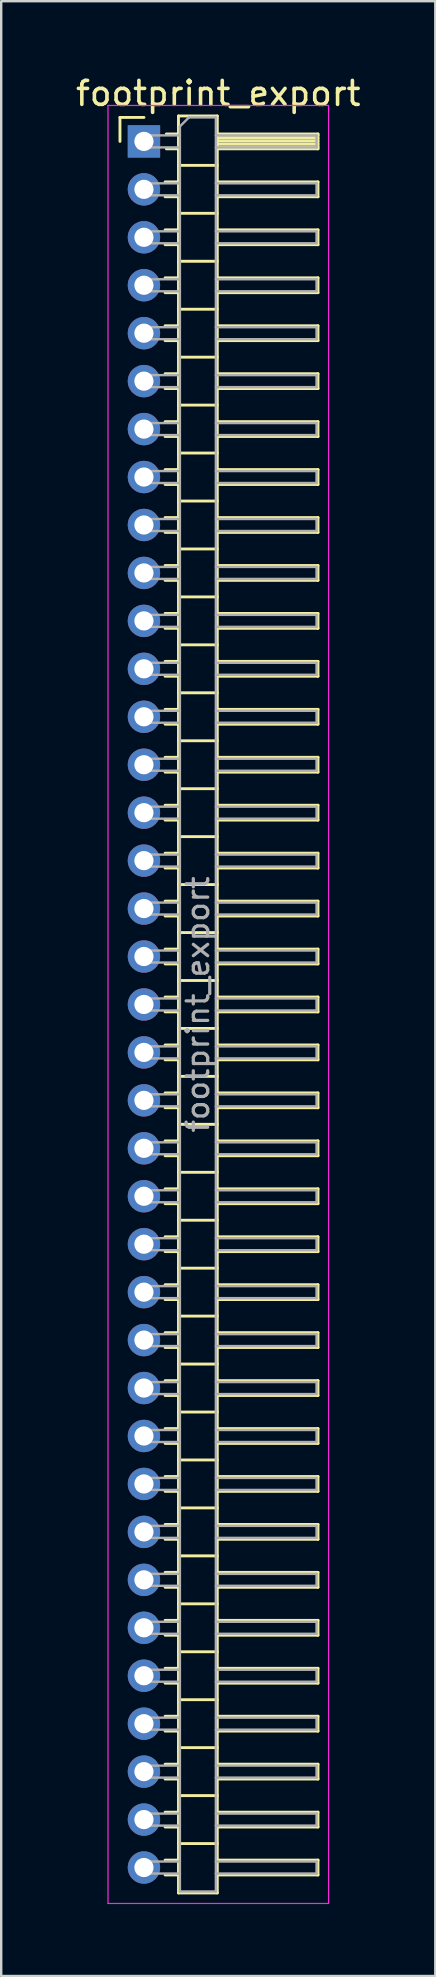
<source format=kicad_pcb>
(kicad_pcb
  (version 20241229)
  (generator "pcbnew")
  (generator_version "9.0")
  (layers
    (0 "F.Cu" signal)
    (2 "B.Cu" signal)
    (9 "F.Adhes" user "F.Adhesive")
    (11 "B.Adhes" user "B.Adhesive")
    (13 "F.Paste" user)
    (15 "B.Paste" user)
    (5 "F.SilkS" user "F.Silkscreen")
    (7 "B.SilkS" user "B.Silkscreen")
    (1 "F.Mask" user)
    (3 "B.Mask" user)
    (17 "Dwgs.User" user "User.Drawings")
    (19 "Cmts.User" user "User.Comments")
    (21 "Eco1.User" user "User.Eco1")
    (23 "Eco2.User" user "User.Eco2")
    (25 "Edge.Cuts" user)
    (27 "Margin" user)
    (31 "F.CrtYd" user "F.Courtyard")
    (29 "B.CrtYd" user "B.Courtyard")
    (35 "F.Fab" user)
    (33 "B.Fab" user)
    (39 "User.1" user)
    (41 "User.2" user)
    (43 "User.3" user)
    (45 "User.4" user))
  (footprint "footprint_export"
    (layer "F.Cu")
    (at 2.954 2.848)
    (property "Reference" "footprint_export" (at 3.1 -2 0) (layer "F.SilkS") (effects (font (size 1 1) (thickness 0.15))))
    (attr through_hole)
    (fp_line (start -1 -1) (end 0 -1) (stroke (width 0.12) (type solid)) (layer "F.SilkS"))
    (fp_line (start -1 0) (end -1 -1) (stroke (width 0.12) (type solid)) (layer "F.SilkS"))
    (fp_line (start 0.882 1.69) (end 1.44 1.69) (stroke (width 0.12) (type solid)) (layer "F.SilkS"))
    (fp_line (start 0.882 2.31) (end 1.44 2.31) (stroke (width 0.12) (type solid)) (layer "F.SilkS"))
    (fp_line (start 0.882 3.69) (end 1.44 3.69) (stroke (width 0.12) (type solid)) (layer "F.SilkS"))
    (fp_line (start 0.882 4.31) (end 1.44 4.31) (stroke (width 0.12) (type solid)) (layer "F.SilkS"))
    (fp_line (start 0.882 5.69) (end 1.44 5.69) (stroke (width 0.12) (type solid)) (layer "F.SilkS"))
    (fp_line (start 0.882 6.31) (end 1.44 6.31) (stroke (width 0.12) (type solid)) (layer "F.SilkS"))
    (fp_line (start 0.882 7.69) (end 1.44 7.69) (stroke (width 0.12) (type solid)) (layer "F.SilkS"))
    (fp_line (start 0.882 8.31) (end 1.44 8.31) (stroke (width 0.12) (type solid)) (layer "F.SilkS"))
    (fp_line (start 0.882 9.69) (end 1.44 9.69) (stroke (width 0.12) (type solid)) (layer "F.SilkS"))
    (fp_line (start 0.882 10.31) (end 1.44 10.31) (stroke (width 0.12) (type solid)) (layer "F.SilkS"))
    (fp_line (start 0.882 11.69) (end 1.44 11.69) (stroke (width 0.12) (type solid)) (layer "F.SilkS"))
    (fp_line (start 0.882 12.31) (end 1.44 12.31) (stroke (width 0.12) (type solid)) (layer "F.SilkS"))
    (fp_line (start 0.882 13.69) (end 1.44 13.69) (stroke (width 0.12) (type solid)) (layer "F.SilkS"))
    (fp_line (start 0.882 14.31) (end 1.44 14.31) (stroke (width 0.12) (type solid)) (layer "F.SilkS"))
    (fp_line (start 0.882 15.69) (end 1.44 15.69) (stroke (width 0.12) (type solid)) (layer "F.SilkS"))
    (fp_line (start 0.882 16.31) (end 1.44 16.31) (stroke (width 0.12) (type solid)) (layer "F.SilkS"))
    (fp_line (start 0.882 17.69) (end 1.44 17.69) (stroke (width 0.12) (type solid)) (layer "F.SilkS"))
    (fp_line (start 0.882 18.31) (end 1.44 18.31) (stroke (width 0.12) (type solid)) (layer "F.SilkS"))
    (fp_line (start 0.882 19.69) (end 1.44 19.69) (stroke (width 0.12) (type solid)) (layer "F.SilkS"))
    (fp_line (start 0.882 20.31) (end 1.44 20.31) (stroke (width 0.12) (type solid)) (layer "F.SilkS"))
    (fp_line (start 0.882 21.69) (end 1.44 21.69) (stroke (width 0.12) (type solid)) (layer "F.SilkS"))
    (fp_line (start 0.882 22.31) (end 1.44 22.31) (stroke (width 0.12) (type solid)) (layer "F.SilkS"))
    (fp_line (start 0.882 23.69) (end 1.44 23.69) (stroke (width 0.12) (type solid)) (layer "F.SilkS"))
    (fp_line (start 0.882 24.31) (end 1.44 24.31) (stroke (width 0.12) (type solid)) (layer "F.SilkS"))
    (fp_line (start 0.882 25.69) (end 1.44 25.69) (stroke (width 0.12) (type solid)) (layer "F.SilkS"))
    (fp_line (start 0.882 26.31) (end 1.44 26.31) (stroke (width 0.12) (type solid)) (layer "F.SilkS"))
    (fp_line (start 0.882 27.69) (end 1.44 27.69) (stroke (width 0.12) (type solid)) (layer "F.SilkS"))
    (fp_line (start 0.882 28.31) (end 1.44 28.31) (stroke (width 0.12) (type solid)) (layer "F.SilkS"))
    (fp_line (start 0.882 29.69) (end 1.44 29.69) (stroke (width 0.12) (type solid)) (layer "F.SilkS"))
    (fp_line (start 0.882 30.31) (end 1.44 30.31) (stroke (width 0.12) (type solid)) (layer "F.SilkS"))
    (fp_line (start 0.882 31.69) (end 1.44 31.69) (stroke (width 0.12) (type solid)) (layer "F.SilkS"))
    (fp_line (start 0.882 32.31) (end 1.44 32.31) (stroke (width 0.12) (type solid)) (layer "F.SilkS"))
    (fp_line (start 0.882 33.69) (end 1.44 33.69) (stroke (width 0.12) (type solid)) (layer "F.SilkS"))
    (fp_line (start 0.882 34.31) (end 1.44 34.31) (stroke (width 0.12) (type solid)) (layer "F.SilkS"))
    (fp_line (start 0.882 35.69) (end 1.44 35.69) (stroke (width 0.12) (type solid)) (layer "F.SilkS"))
    (fp_line (start 0.882 36.31) (end 1.44 36.31) (stroke (width 0.12) (type solid)) (layer "F.SilkS"))
    (fp_line (start 0.882 37.69) (end 1.44 37.69) (stroke (width 0.12) (type solid)) (layer "F.SilkS"))
    (fp_line (start 0.882 38.31) (end 1.44 38.31) (stroke (width 0.12) (type solid)) (layer "F.SilkS"))
    (fp_line (start 0.882 39.69) (end 1.44 39.69) (stroke (width 0.12) (type solid)) (layer "F.SilkS"))
    (fp_line (start 0.882 40.31) (end 1.44 40.31) (stroke (width 0.12) (type solid)) (layer "F.SilkS"))
    (fp_line (start 0.882 41.69) (end 1.44 41.69) (stroke (width 0.12) (type solid)) (layer "F.SilkS"))
    (fp_line (start 0.882 42.31) (end 1.44 42.31) (stroke (width 0.12) (type solid)) (layer "F.SilkS"))
    (fp_line (start 0.882 43.69) (end 1.44 43.69) (stroke (width 0.12) (type solid)) (layer "F.SilkS"))
    (fp_line (start 0.882 44.31) (end 1.44 44.31) (stroke (width 0.12) (type solid)) (layer "F.SilkS"))
    (fp_line (start 0.882 45.69) (end 1.44 45.69) (stroke (width 0.12) (type solid)) (layer "F.SilkS"))
    (fp_line (start 0.882 46.31) (end 1.44 46.31) (stroke (width 0.12) (type solid)) (layer "F.SilkS"))
    (fp_line (start 0.882 47.69) (end 1.44 47.69) (stroke (width 0.12) (type solid)) (layer "F.SilkS"))
    (fp_line (start 0.882 48.31) (end 1.44 48.31) (stroke (width 0.12) (type solid)) (layer "F.SilkS"))
    (fp_line (start 0.882 49.69) (end 1.44 49.69) (stroke (width 0.12) (type solid)) (layer "F.SilkS"))
    (fp_line (start 0.882 50.31) (end 1.44 50.31) (stroke (width 0.12) (type solid)) (layer "F.SilkS"))
    (fp_line (start 0.882 51.69) (end 1.44 51.69) (stroke (width 0.12) (type solid)) (layer "F.SilkS"))
    (fp_line (start 0.882 52.31) (end 1.44 52.31) (stroke (width 0.12) (type solid)) (layer "F.SilkS"))
    (fp_line (start 0.882 53.69) (end 1.44 53.69) (stroke (width 0.12) (type solid)) (layer "F.SilkS"))
    (fp_line (start 0.882 54.31) (end 1.44 54.31) (stroke (width 0.12) (type solid)) (layer "F.SilkS"))
    (fp_line (start 0.882 55.69) (end 1.44 55.69) (stroke (width 0.12) (type solid)) (layer "F.SilkS"))
    (fp_line (start 0.882 56.31) (end 1.44 56.31) (stroke (width 0.12) (type solid)) (layer "F.SilkS"))
    (fp_line (start 0.882 57.69) (end 1.44 57.69) (stroke (width 0.12) (type solid)) (layer "F.SilkS"))
    (fp_line (start 0.882 58.31) (end 1.44 58.31) (stroke (width 0.12) (type solid)) (layer "F.SilkS"))
    (fp_line (start 0.882 59.69) (end 1.44 59.69) (stroke (width 0.12) (type solid)) (layer "F.SilkS"))
    (fp_line (start 0.882 60.31) (end 1.44 60.31) (stroke (width 0.12) (type solid)) (layer "F.SilkS"))
    (fp_line (start 0.882 61.69) (end 1.44 61.69) (stroke (width 0.12) (type solid)) (layer "F.SilkS"))
    (fp_line (start 0.882 62.31) (end 1.44 62.31) (stroke (width 0.12) (type solid)) (layer "F.SilkS"))
    (fp_line (start 0.882 63.69) (end 1.44 63.69) (stroke (width 0.12) (type solid)) (layer "F.SilkS"))
    (fp_line (start 0.882 64.31) (end 1.44 64.31) (stroke (width 0.12) (type solid)) (layer "F.SilkS"))
    (fp_line (start 0.882 65.69) (end 1.44 65.69) (stroke (width 0.12) (type solid)) (layer "F.SilkS"))
    (fp_line (start 0.882 66.31) (end 1.44 66.31) (stroke (width 0.12) (type solid)) (layer "F.SilkS"))
    (fp_line (start 0.882 67.69) (end 1.44 67.69) (stroke (width 0.12) (type solid)) (layer "F.SilkS"))
    (fp_line (start 0.882 68.31) (end 1.44 68.31) (stroke (width 0.12) (type solid)) (layer "F.SilkS"))
    (fp_line (start 0.882 69.69) (end 1.44 69.69) (stroke (width 0.12) (type solid)) (layer "F.SilkS"))
    (fp_line (start 0.882 70.31) (end 1.44 70.31) (stroke (width 0.12) (type solid)) (layer "F.SilkS"))
    (fp_line (start 0.882 71.69) (end 1.44 71.69) (stroke (width 0.12) (type solid)) (layer "F.SilkS"))
    (fp_line (start 0.882 72.31) (end 1.44 72.31) (stroke (width 0.12) (type solid)) (layer "F.SilkS"))
    (fp_line (start 0.935 -0.31) (end 1.44 -0.31) (stroke (width 0.12) (type solid)) (layer "F.SilkS"))
    (fp_line (start 0.935 0.31) (end 1.44 0.31) (stroke (width 0.12) (type solid)) (layer "F.SilkS"))
    (fp_line (start 1.44 -1.06) (end 1.44 73.06) (stroke (width 0.12) (type solid)) (layer "F.SilkS"))
    (fp_line (start 1.44 1) (end 3.06 1) (stroke (width 0.12) (type solid)) (layer "F.SilkS"))
    (fp_line (start 1.44 3) (end 3.06 3) (stroke (width 0.12) (type solid)) (layer "F.SilkS"))
    (fp_line (start 1.44 5) (end 3.06 5) (stroke (width 0.12) (type solid)) (layer "F.SilkS"))
    (fp_line (start 1.44 7) (end 3.06 7) (stroke (width 0.12) (type solid)) (layer "F.SilkS"))
    (fp_line (start 1.44 9) (end 3.06 9) (stroke (width 0.12) (type solid)) (layer "F.SilkS"))
    (fp_line (start 1.44 11) (end 3.06 11) (stroke (width 0.12) (type solid)) (layer "F.SilkS"))
    (fp_line (start 1.44 13) (end 3.06 13) (stroke (width 0.12) (type solid)) (layer "F.SilkS"))
    (fp_line (start 1.44 15) (end 3.06 15) (stroke (width 0.12) (type solid)) (layer "F.SilkS"))
    (fp_line (start 1.44 17) (end 3.06 17) (stroke (width 0.12) (type solid)) (layer "F.SilkS"))
    (fp_line (start 1.44 19) (end 3.06 19) (stroke (width 0.12) (type solid)) (layer "F.SilkS"))
    (fp_line (start 1.44 21) (end 3.06 21) (stroke (width 0.12) (type solid)) (layer "F.SilkS"))
    (fp_line (start 1.44 23) (end 3.06 23) (stroke (width 0.12) (type solid)) (layer "F.SilkS"))
    (fp_line (start 1.44 25) (end 3.06 25) (stroke (width 0.12) (type solid)) (layer "F.SilkS"))
    (fp_line (start 1.44 27) (end 3.06 27) (stroke (width 0.12) (type solid)) (layer "F.SilkS"))
    (fp_line (start 1.44 29) (end 3.06 29) (stroke (width 0.12) (type solid)) (layer "F.SilkS"))
    (fp_line (start 1.44 31) (end 3.06 31) (stroke (width 0.12) (type solid)) (layer "F.SilkS"))
    (fp_line (start 1.44 33) (end 3.06 33) (stroke (width 0.12) (type solid)) (layer "F.SilkS"))
    (fp_line (start 1.44 35) (end 3.06 35) (stroke (width 0.12) (type solid)) (layer "F.SilkS"))
    (fp_line (start 1.44 37) (end 3.06 37) (stroke (width 0.12) (type solid)) (layer "F.SilkS"))
    (fp_line (start 1.44 39) (end 3.06 39) (stroke (width 0.12) (type solid)) (layer "F.SilkS"))
    (fp_line (start 1.44 41) (end 3.06 41) (stroke (width 0.12) (type solid)) (layer "F.SilkS"))
    (fp_line (start 1.44 43) (end 3.06 43) (stroke (width 0.12) (type solid)) (layer "F.SilkS"))
    (fp_line (start 1.44 45) (end 3.06 45) (stroke (width 0.12) (type solid)) (layer "F.SilkS"))
    (fp_line (start 1.44 47) (end 3.06 47) (stroke (width 0.12) (type solid)) (layer "F.SilkS"))
    (fp_line (start 1.44 49) (end 3.06 49) (stroke (width 0.12) (type solid)) (layer "F.SilkS"))
    (fp_line (start 1.44 51) (end 3.06 51) (stroke (width 0.12) (type solid)) (layer "F.SilkS"))
    (fp_line (start 1.44 53) (end 3.06 53) (stroke (width 0.12) (type solid)) (layer "F.SilkS"))
    (fp_line (start 1.44 55) (end 3.06 55) (stroke (width 0.12) (type solid)) (layer "F.SilkS"))
    (fp_line (start 1.44 57) (end 3.06 57) (stroke (width 0.12) (type solid)) (layer "F.SilkS"))
    (fp_line (start 1.44 59) (end 3.06 59) (stroke (width 0.12) (type solid)) (layer "F.SilkS"))
    (fp_line (start 1.44 61) (end 3.06 61) (stroke (width 0.12) (type solid)) (layer "F.SilkS"))
    (fp_line (start 1.44 63) (end 3.06 63) (stroke (width 0.12) (type solid)) (layer "F.SilkS"))
    (fp_line (start 1.44 65) (end 3.06 65) (stroke (width 0.12) (type solid)) (layer "F.SilkS"))
    (fp_line (start 1.44 67) (end 3.06 67) (stroke (width 0.12) (type solid)) (layer "F.SilkS"))
    (fp_line (start 1.44 69) (end 3.06 69) (stroke (width 0.12) (type solid)) (layer "F.SilkS"))
    (fp_line (start 1.44 71) (end 3.06 71) (stroke (width 0.12) (type solid)) (layer "F.SilkS"))
    (fp_line (start 1.44 73.06) (end 3.06 73.06) (stroke (width 0.12) (type solid)) (layer "F.SilkS"))
    (fp_line (start 3.06 -1.06) (end 1.44 -1.06) (stroke (width 0.12) (type solid)) (layer "F.SilkS"))
    (fp_line (start 3.06 -0.31) (end 7.26 -0.31) (stroke (width 0.12) (type solid)) (layer "F.SilkS"))
    (fp_line (start 3.06 -0.25) (end 7.26 -0.25) (stroke (width 0.12) (type solid)) (layer "F.SilkS"))
    (fp_line (start 3.06 -0.13) (end 7.26 -0.13) (stroke (width 0.12) (type solid)) (layer "F.SilkS"))
    (fp_line (start 3.06 -0.01) (end 7.26 -0.01) (stroke (width 0.12) (type solid)) (layer "F.SilkS"))
    (fp_line (start 3.06 0.11) (end 7.26 0.11) (stroke (width 0.12) (type solid)) (layer "F.SilkS"))
    (fp_line (start 3.06 0.23) (end 7.26 0.23) (stroke (width 0.12) (type solid)) (layer "F.SilkS"))
    (fp_line (start 3.06 1.69) (end 7.26 1.69) (stroke (width 0.12) (type solid)) (layer "F.SilkS"))
    (fp_line (start 3.06 3.69) (end 7.26 3.69) (stroke (width 0.12) (type solid)) (layer "F.SilkS"))
    (fp_line (start 3.06 5.69) (end 7.26 5.69) (stroke (width 0.12) (type solid)) (layer "F.SilkS"))
    (fp_line (start 3.06 7.69) (end 7.26 7.69) (stroke (width 0.12) (type solid)) (layer "F.SilkS"))
    (fp_line (start 3.06 9.69) (end 7.26 9.69) (stroke (width 0.12) (type solid)) (layer "F.SilkS"))
    (fp_line (start 3.06 11.69) (end 7.26 11.69) (stroke (width 0.12) (type solid)) (layer "F.SilkS"))
    (fp_line (start 3.06 13.69) (end 7.26 13.69) (stroke (width 0.12) (type solid)) (layer "F.SilkS"))
    (fp_line (start 3.06 15.69) (end 7.26 15.69) (stroke (width 0.12) (type solid)) (layer "F.SilkS"))
    (fp_line (start 3.06 17.69) (end 7.26 17.69) (stroke (width 0.12) (type solid)) (layer "F.SilkS"))
    (fp_line (start 3.06 19.69) (end 7.26 19.69) (stroke (width 0.12) (type solid)) (layer "F.SilkS"))
    (fp_line (start 3.06 21.69) (end 7.26 21.69) (stroke (width 0.12) (type solid)) (layer "F.SilkS"))
    (fp_line (start 3.06 23.69) (end 7.26 23.69) (stroke (width 0.12) (type solid)) (layer "F.SilkS"))
    (fp_line (start 3.06 25.69) (end 7.26 25.69) (stroke (width 0.12) (type solid)) (layer "F.SilkS"))
    (fp_line (start 3.06 27.69) (end 7.26 27.69) (stroke (width 0.12) (type solid)) (layer "F.SilkS"))
    (fp_line (start 3.06 29.69) (end 7.26 29.69) (stroke (width 0.12) (type solid)) (layer "F.SilkS"))
    (fp_line (start 3.06 31.69) (end 7.26 31.69) (stroke (width 0.12) (type solid)) (layer "F.SilkS"))
    (fp_line (start 3.06 33.69) (end 7.26 33.69) (stroke (width 0.12) (type solid)) (layer "F.SilkS"))
    (fp_line (start 3.06 35.69) (end 7.26 35.69) (stroke (width 0.12) (type solid)) (layer "F.SilkS"))
    (fp_line (start 3.06 37.69) (end 7.26 37.69) (stroke (width 0.12) (type solid)) (layer "F.SilkS"))
    (fp_line (start 3.06 39.69) (end 7.26 39.69) (stroke (width 0.12) (type solid)) (layer "F.SilkS"))
    (fp_line (start 3.06 41.69) (end 7.26 41.69) (stroke (width 0.12) (type solid)) (layer "F.SilkS"))
    (fp_line (start 3.06 43.69) (end 7.26 43.69) (stroke (width 0.12) (type solid)) (layer "F.SilkS"))
    (fp_line (start 3.06 45.69) (end 7.26 45.69) (stroke (width 0.12) (type solid)) (layer "F.SilkS"))
    (fp_line (start 3.06 47.69) (end 7.26 47.69) (stroke (width 0.12) (type solid)) (layer "F.SilkS"))
    (fp_line (start 3.06 49.69) (end 7.26 49.69) (stroke (width 0.12) (type solid)) (layer "F.SilkS"))
    (fp_line (start 3.06 51.69) (end 7.26 51.69) (stroke (width 0.12) (type solid)) (layer "F.SilkS"))
    (fp_line (start 3.06 53.69) (end 7.26 53.69) (stroke (width 0.12) (type solid)) (layer "F.SilkS"))
    (fp_line (start 3.06 55.69) (end 7.26 55.69) (stroke (width 0.12) (type solid)) (layer "F.SilkS"))
    (fp_line (start 3.06 57.69) (end 7.26 57.69) (stroke (width 0.12) (type solid)) (layer "F.SilkS"))
    (fp_line (start 3.06 59.69) (end 7.26 59.69) (stroke (width 0.12) (type solid)) (layer "F.SilkS"))
    (fp_line (start 3.06 61.69) (end 7.26 61.69) (stroke (width 0.12) (type solid)) (layer "F.SilkS"))
    (fp_line (start 3.06 63.69) (end 7.26 63.69) (stroke (width 0.12) (type solid)) (layer "F.SilkS"))
    (fp_line (start 3.06 65.69) (end 7.26 65.69) (stroke (width 0.12) (type solid)) (layer "F.SilkS"))
    (fp_line (start 3.06 67.69) (end 7.26 67.69) (stroke (width 0.12) (type solid)) (layer "F.SilkS"))
    (fp_line (start 3.06 69.69) (end 7.26 69.69) (stroke (width 0.12) (type solid)) (layer "F.SilkS"))
    (fp_line (start 3.06 71.69) (end 7.26 71.69) (stroke (width 0.12) (type solid)) (layer "F.SilkS"))
    (fp_line (start 3.06 73.06) (end 3.06 -1.06) (stroke (width 0.12) (type solid)) (layer "F.SilkS"))
    (fp_line (start 7.26 -0.31) (end 7.26 0.31) (stroke (width 0.12) (type solid)) (layer "F.SilkS"))
    (fp_line (start 7.26 0.31) (end 3.06 0.31) (stroke (width 0.12) (type solid)) (layer "F.SilkS"))
    (fp_line (start 7.26 1.69) (end 7.26 2.31) (stroke (width 0.12) (type solid)) (layer "F.SilkS"))
    (fp_line (start 7.26 2.31) (end 3.06 2.31) (stroke (width 0.12) (type solid)) (layer "F.SilkS"))
    (fp_line (start 7.26 3.69) (end 7.26 4.31) (stroke (width 0.12) (type solid)) (layer "F.SilkS"))
    (fp_line (start 7.26 4.31) (end 3.06 4.31) (stroke (width 0.12) (type solid)) (layer "F.SilkS"))
    (fp_line (start 7.26 5.69) (end 7.26 6.31) (stroke (width 0.12) (type solid)) (layer "F.SilkS"))
    (fp_line (start 7.26 6.31) (end 3.06 6.31) (stroke (width 0.12) (type solid)) (layer "F.SilkS"))
    (fp_line (start 7.26 7.69) (end 7.26 8.31) (stroke (width 0.12) (type solid)) (layer "F.SilkS"))
    (fp_line (start 7.26 8.31) (end 3.06 8.31) (stroke (width 0.12) (type solid)) (layer "F.SilkS"))
    (fp_line (start 7.26 9.69) (end 7.26 10.31) (stroke (width 0.12) (type solid)) (layer "F.SilkS"))
    (fp_line (start 7.26 10.31) (end 3.06 10.31) (stroke (width 0.12) (type solid)) (layer "F.SilkS"))
    (fp_line (start 7.26 11.69) (end 7.26 12.31) (stroke (width 0.12) (type solid)) (layer "F.SilkS"))
    (fp_line (start 7.26 12.31) (end 3.06 12.31) (stroke (width 0.12) (type solid)) (layer "F.SilkS"))
    (fp_line (start 7.26 13.69) (end 7.26 14.31) (stroke (width 0.12) (type solid)) (layer "F.SilkS"))
    (fp_line (start 7.26 14.31) (end 3.06 14.31) (stroke (width 0.12) (type solid)) (layer "F.SilkS"))
    (fp_line (start 7.26 15.69) (end 7.26 16.31) (stroke (width 0.12) (type solid)) (layer "F.SilkS"))
    (fp_line (start 7.26 16.31) (end 3.06 16.31) (stroke (width 0.12) (type solid)) (layer "F.SilkS"))
    (fp_line (start 7.26 17.69) (end 7.26 18.31) (stroke (width 0.12) (type solid)) (layer "F.SilkS"))
    (fp_line (start 7.26 18.31) (end 3.06 18.31) (stroke (width 0.12) (type solid)) (layer "F.SilkS"))
    (fp_line (start 7.26 19.69) (end 7.26 20.31) (stroke (width 0.12) (type solid)) (layer "F.SilkS"))
    (fp_line (start 7.26 20.31) (end 3.06 20.31) (stroke (width 0.12) (type solid)) (layer "F.SilkS"))
    (fp_line (start 7.26 21.69) (end 7.26 22.31) (stroke (width 0.12) (type solid)) (layer "F.SilkS"))
    (fp_line (start 7.26 22.31) (end 3.06 22.31) (stroke (width 0.12) (type solid)) (layer "F.SilkS"))
    (fp_line (start 7.26 23.69) (end 7.26 24.31) (stroke (width 0.12) (type solid)) (layer "F.SilkS"))
    (fp_line (start 7.26 24.31) (end 3.06 24.31) (stroke (width 0.12) (type solid)) (layer "F.SilkS"))
    (fp_line (start 7.26 25.69) (end 7.26 26.31) (stroke (width 0.12) (type solid)) (layer "F.SilkS"))
    (fp_line (start 7.26 26.31) (end 3.06 26.31) (stroke (width 0.12) (type solid)) (layer "F.SilkS"))
    (fp_line (start 7.26 27.69) (end 7.26 28.31) (stroke (width 0.12) (type solid)) (layer "F.SilkS"))
    (fp_line (start 7.26 28.31) (end 3.06 28.31) (stroke (width 0.12) (type solid)) (layer "F.SilkS"))
    (fp_line (start 7.26 29.69) (end 7.26 30.31) (stroke (width 0.12) (type solid)) (layer "F.SilkS"))
    (fp_line (start 7.26 30.31) (end 3.06 30.31) (stroke (width 0.12) (type solid)) (layer "F.SilkS"))
    (fp_line (start 7.26 31.69) (end 7.26 32.31) (stroke (width 0.12) (type solid)) (layer "F.SilkS"))
    (fp_line (start 7.26 32.31) (end 3.06 32.31) (stroke (width 0.12) (type solid)) (layer "F.SilkS"))
    (fp_line (start 7.26 33.69) (end 7.26 34.31) (stroke (width 0.12) (type solid)) (layer "F.SilkS"))
    (fp_line (start 7.26 34.31) (end 3.06 34.31) (stroke (width 0.12) (type solid)) (layer "F.SilkS"))
    (fp_line (start 7.26 35.69) (end 7.26 36.31) (stroke (width 0.12) (type solid)) (layer "F.SilkS"))
    (fp_line (start 7.26 36.31) (end 3.06 36.31) (stroke (width 0.12) (type solid)) (layer "F.SilkS"))
    (fp_line (start 7.26 37.69) (end 7.26 38.31) (stroke (width 0.12) (type solid)) (layer "F.SilkS"))
    (fp_line (start 7.26 38.31) (end 3.06 38.31) (stroke (width 0.12) (type solid)) (layer "F.SilkS"))
    (fp_line (start 7.26 39.69) (end 7.26 40.31) (stroke (width 0.12) (type solid)) (layer "F.SilkS"))
    (fp_line (start 7.26 40.31) (end 3.06 40.31) (stroke (width 0.12) (type solid)) (layer "F.SilkS"))
    (fp_line (start 7.26 41.69) (end 7.26 42.31) (stroke (width 0.12) (type solid)) (layer "F.SilkS"))
    (fp_line (start 7.26 42.31) (end 3.06 42.31) (stroke (width 0.12) (type solid)) (layer "F.SilkS"))
    (fp_line (start 7.26 43.69) (end 7.26 44.31) (stroke (width 0.12) (type solid)) (layer "F.SilkS"))
    (fp_line (start 7.26 44.31) (end 3.06 44.31) (stroke (width 0.12) (type solid)) (layer "F.SilkS"))
    (fp_line (start 7.26 45.69) (end 7.26 46.31) (stroke (width 0.12) (type solid)) (layer "F.SilkS"))
    (fp_line (start 7.26 46.31) (end 3.06 46.31) (stroke (width 0.12) (type solid)) (layer "F.SilkS"))
    (fp_line (start 7.26 47.69) (end 7.26 48.31) (stroke (width 0.12) (type solid)) (layer "F.SilkS"))
    (fp_line (start 7.26 48.31) (end 3.06 48.31) (stroke (width 0.12) (type solid)) (layer "F.SilkS"))
    (fp_line (start 7.26 49.69) (end 7.26 50.31) (stroke (width 0.12) (type solid)) (layer "F.SilkS"))
    (fp_line (start 7.26 50.31) (end 3.06 50.31) (stroke (width 0.12) (type solid)) (layer "F.SilkS"))
    (fp_line (start 7.26 51.69) (end 7.26 52.31) (stroke (width 0.12) (type solid)) (layer "F.SilkS"))
    (fp_line (start 7.26 52.31) (end 3.06 52.31) (stroke (width 0.12) (type solid)) (layer "F.SilkS"))
    (fp_line (start 7.26 53.69) (end 7.26 54.31) (stroke (width 0.12) (type solid)) (layer "F.SilkS"))
    (fp_line (start 7.26 54.31) (end 3.06 54.31) (stroke (width 0.12) (type solid)) (layer "F.SilkS"))
    (fp_line (start 7.26 55.69) (end 7.26 56.31) (stroke (width 0.12) (type solid)) (layer "F.SilkS"))
    (fp_line (start 7.26 56.31) (end 3.06 56.31) (stroke (width 0.12) (type solid)) (layer "F.SilkS"))
    (fp_line (start 7.26 57.69) (end 7.26 58.31) (stroke (width 0.12) (type solid)) (layer "F.SilkS"))
    (fp_line (start 7.26 58.31) (end 3.06 58.31) (stroke (width 0.12) (type solid)) (layer "F.SilkS"))
    (fp_line (start 7.26 59.69) (end 7.26 60.31) (stroke (width 0.12) (type solid)) (layer "F.SilkS"))
    (fp_line (start 7.26 60.31) (end 3.06 60.31) (stroke (width 0.12) (type solid)) (layer "F.SilkS"))
    (fp_line (start 7.26 61.69) (end 7.26 62.31) (stroke (width 0.12) (type solid)) (layer "F.SilkS"))
    (fp_line (start 7.26 62.31) (end 3.06 62.31) (stroke (width 0.12) (type solid)) (layer "F.SilkS"))
    (fp_line (start 7.26 63.69) (end 7.26 64.31) (stroke (width 0.12) (type solid)) (layer "F.SilkS"))
    (fp_line (start 7.26 64.31) (end 3.06 64.31) (stroke (width 0.12) (type solid)) (layer "F.SilkS"))
    (fp_line (start 7.26 65.69) (end 7.26 66.31) (stroke (width 0.12) (type solid)) (layer "F.SilkS"))
    (fp_line (start 7.26 66.31) (end 3.06 66.31) (stroke (width 0.12) (type solid)) (layer "F.SilkS"))
    (fp_line (start 7.26 67.69) (end 7.26 68.31) (stroke (width 0.12) (type solid)) (layer "F.SilkS"))
    (fp_line (start 7.26 68.31) (end 3.06 68.31) (stroke (width 0.12) (type solid)) (layer "F.SilkS"))
    (fp_line (start 7.26 69.69) (end 7.26 70.31) (stroke (width 0.12) (type solid)) (layer "F.SilkS"))
    (fp_line (start 7.26 70.31) (end 3.06 70.31) (stroke (width 0.12) (type solid)) (layer "F.SilkS"))
    (fp_line (start 7.26 71.69) (end 7.26 72.31) (stroke (width 0.12) (type solid)) (layer "F.SilkS"))
    (fp_line (start 7.26 72.31) (end 3.06 72.31) (stroke (width 0.12) (type solid)) (layer "F.SilkS"))
    (fp_line (start -1.5 -1.5) (end -1.5 73.5) (stroke (width 0.05) (type solid)) (layer "F.CrtYd"))
    (fp_line (start -1.5 73.5) (end 7.7 73.5) (stroke (width 0.05) (type solid)) (layer "F.CrtYd"))
    (fp_line (start 7.7 -1.5) (end -1.5 -1.5) (stroke (width 0.05) (type solid)) (layer "F.CrtYd"))
    (fp_line (start 7.7 73.5) (end 7.7 -1.5) (stroke (width 0.05) (type solid)) (layer "F.CrtYd"))
    (fp_line (start -0.25 -0.25) (end -0.25 0.25) (stroke (width 0.1) (type solid)) (layer "F.Fab"))
    (fp_line (start -0.25 -0.25) (end 1.5 -0.25) (stroke (width 0.1) (type solid)) (layer "F.Fab"))
    (fp_line (start -0.25 0.25) (end 1.5 0.25) (stroke (width 0.1) (type solid)) (layer "F.Fab"))
    (fp_line (start -0.25 1.75) (end -0.25 2.25) (stroke (width 0.1) (type solid)) (layer "F.Fab"))
    (fp_line (start -0.25 1.75) (end 1.5 1.75) (stroke (width 0.1) (type solid)) (layer "F.Fab"))
    (fp_line (start -0.25 2.25) (end 1.5 2.25) (stroke (width 0.1) (type solid)) (layer "F.Fab"))
    (fp_line (start -0.25 3.75) (end -0.25 4.25) (stroke (width 0.1) (type solid)) (layer "F.Fab"))
    (fp_line (start -0.25 3.75) (end 1.5 3.75) (stroke (width 0.1) (type solid)) (layer "F.Fab"))
    (fp_line (start -0.25 4.25) (end 1.5 4.25) (stroke (width 0.1) (type solid)) (layer "F.Fab"))
    (fp_line (start -0.25 5.75) (end -0.25 6.25) (stroke (width 0.1) (type solid)) (layer "F.Fab"))
    (fp_line (start -0.25 5.75) (end 1.5 5.75) (stroke (width 0.1) (type solid)) (layer "F.Fab"))
    (fp_line (start -0.25 6.25) (end 1.5 6.25) (stroke (width 0.1) (type solid)) (layer "F.Fab"))
    (fp_line (start -0.25 7.75) (end -0.25 8.25) (stroke (width 0.1) (type solid)) (layer "F.Fab"))
    (fp_line (start -0.25 7.75) (end 1.5 7.75) (stroke (width 0.1) (type solid)) (layer "F.Fab"))
    (fp_line (start -0.25 8.25) (end 1.5 8.25) (stroke (width 0.1) (type solid)) (layer "F.Fab"))
    (fp_line (start -0.25 9.75) (end -0.25 10.25) (stroke (width 0.1) (type solid)) (layer "F.Fab"))
    (fp_line (start -0.25 9.75) (end 1.5 9.75) (stroke (width 0.1) (type solid)) (layer "F.Fab"))
    (fp_line (start -0.25 10.25) (end 1.5 10.25) (stroke (width 0.1) (type solid)) (layer "F.Fab"))
    (fp_line (start -0.25 11.75) (end -0.25 12.25) (stroke (width 0.1) (type solid)) (layer "F.Fab"))
    (fp_line (start -0.25 11.75) (end 1.5 11.75) (stroke (width 0.1) (type solid)) (layer "F.Fab"))
    (fp_line (start -0.25 12.25) (end 1.5 12.25) (stroke (width 0.1) (type solid)) (layer "F.Fab"))
    (fp_line (start -0.25 13.75) (end -0.25 14.25) (stroke (width 0.1) (type solid)) (layer "F.Fab"))
    (fp_line (start -0.25 13.75) (end 1.5 13.75) (stroke (width 0.1) (type solid)) (layer "F.Fab"))
    (fp_line (start -0.25 14.25) (end 1.5 14.25) (stroke (width 0.1) (type solid)) (layer "F.Fab"))
    (fp_line (start -0.25 15.75) (end -0.25 16.25) (stroke (width 0.1) (type solid)) (layer "F.Fab"))
    (fp_line (start -0.25 15.75) (end 1.5 15.75) (stroke (width 0.1) (type solid)) (layer "F.Fab"))
    (fp_line (start -0.25 16.25) (end 1.5 16.25) (stroke (width 0.1) (type solid)) (layer "F.Fab"))
    (fp_line (start -0.25 17.75) (end -0.25 18.25) (stroke (width 0.1) (type solid)) (layer "F.Fab"))
    (fp_line (start -0.25 17.75) (end 1.5 17.75) (stroke (width 0.1) (type solid)) (layer "F.Fab"))
    (fp_line (start -0.25 18.25) (end 1.5 18.25) (stroke (width 0.1) (type solid)) (layer "F.Fab"))
    (fp_line (start -0.25 19.75) (end -0.25 20.25) (stroke (width 0.1) (type solid)) (layer "F.Fab"))
    (fp_line (start -0.25 19.75) (end 1.5 19.75) (stroke (width 0.1) (type solid)) (layer "F.Fab"))
    (fp_line (start -0.25 20.25) (end 1.5 20.25) (stroke (width 0.1) (type solid)) (layer "F.Fab"))
    (fp_line (start -0.25 21.75) (end -0.25 22.25) (stroke (width 0.1) (type solid)) (layer "F.Fab"))
    (fp_line (start -0.25 21.75) (end 1.5 21.75) (stroke (width 0.1) (type solid)) (layer "F.Fab"))
    (fp_line (start -0.25 22.25) (end 1.5 22.25) (stroke (width 0.1) (type solid)) (layer "F.Fab"))
    (fp_line (start -0.25 23.75) (end -0.25 24.25) (stroke (width 0.1) (type solid)) (layer "F.Fab"))
    (fp_line (start -0.25 23.75) (end 1.5 23.75) (stroke (width 0.1) (type solid)) (layer "F.Fab"))
    (fp_line (start -0.25 24.25) (end 1.5 24.25) (stroke (width 0.1) (type solid)) (layer "F.Fab"))
    (fp_line (start -0.25 25.75) (end -0.25 26.25) (stroke (width 0.1) (type solid)) (layer "F.Fab"))
    (fp_line (start -0.25 25.75) (end 1.5 25.75) (stroke (width 0.1) (type solid)) (layer "F.Fab"))
    (fp_line (start -0.25 26.25) (end 1.5 26.25) (stroke (width 0.1) (type solid)) (layer "F.Fab"))
    (fp_line (start -0.25 27.75) (end -0.25 28.25) (stroke (width 0.1) (type solid)) (layer "F.Fab"))
    (fp_line (start -0.25 27.75) (end 1.5 27.75) (stroke (width 0.1) (type solid)) (layer "F.Fab"))
    (fp_line (start -0.25 28.25) (end 1.5 28.25) (stroke (width 0.1) (type solid)) (layer "F.Fab"))
    (fp_line (start -0.25 29.75) (end -0.25 30.25) (stroke (width 0.1) (type solid)) (layer "F.Fab"))
    (fp_line (start -0.25 29.75) (end 1.5 29.75) (stroke (width 0.1) (type solid)) (layer "F.Fab"))
    (fp_line (start -0.25 30.25) (end 1.5 30.25) (stroke (width 0.1) (type solid)) (layer "F.Fab"))
    (fp_line (start -0.25 31.75) (end -0.25 32.25) (stroke (width 0.1) (type solid)) (layer "F.Fab"))
    (fp_line (start -0.25 31.75) (end 1.5 31.75) (stroke (width 0.1) (type solid)) (layer "F.Fab"))
    (fp_line (start -0.25 32.25) (end 1.5 32.25) (stroke (width 0.1) (type solid)) (layer "F.Fab"))
    (fp_line (start -0.25 33.75) (end -0.25 34.25) (stroke (width 0.1) (type solid)) (layer "F.Fab"))
    (fp_line (start -0.25 33.75) (end 1.5 33.75) (stroke (width 0.1) (type solid)) (layer "F.Fab"))
    (fp_line (start -0.25 34.25) (end 1.5 34.25) (stroke (width 0.1) (type solid)) (layer "F.Fab"))
    (fp_line (start -0.25 35.75) (end -0.25 36.25) (stroke (width 0.1) (type solid)) (layer "F.Fab"))
    (fp_line (start -0.25 35.75) (end 1.5 35.75) (stroke (width 0.1) (type solid)) (layer "F.Fab"))
    (fp_line (start -0.25 36.25) (end 1.5 36.25) (stroke (width 0.1) (type solid)) (layer "F.Fab"))
    (fp_line (start -0.25 37.75) (end -0.25 38.25) (stroke (width 0.1) (type solid)) (layer "F.Fab"))
    (fp_line (start -0.25 37.75) (end 1.5 37.75) (stroke (width 0.1) (type solid)) (layer "F.Fab"))
    (fp_line (start -0.25 38.25) (end 1.5 38.25) (stroke (width 0.1) (type solid)) (layer "F.Fab"))
    (fp_line (start -0.25 39.75) (end -0.25 40.25) (stroke (width 0.1) (type solid)) (layer "F.Fab"))
    (fp_line (start -0.25 39.75) (end 1.5 39.75) (stroke (width 0.1) (type solid)) (layer "F.Fab"))
    (fp_line (start -0.25 40.25) (end 1.5 40.25) (stroke (width 0.1) (type solid)) (layer "F.Fab"))
    (fp_line (start -0.25 41.75) (end -0.25 42.25) (stroke (width 0.1) (type solid)) (layer "F.Fab"))
    (fp_line (start -0.25 41.75) (end 1.5 41.75) (stroke (width 0.1) (type solid)) (layer "F.Fab"))
    (fp_line (start -0.25 42.25) (end 1.5 42.25) (stroke (width 0.1) (type solid)) (layer "F.Fab"))
    (fp_line (start -0.25 43.75) (end -0.25 44.25) (stroke (width 0.1) (type solid)) (layer "F.Fab"))
    (fp_line (start -0.25 43.75) (end 1.5 43.75) (stroke (width 0.1) (type solid)) (layer "F.Fab"))
    (fp_line (start -0.25 44.25) (end 1.5 44.25) (stroke (width 0.1) (type solid)) (layer "F.Fab"))
    (fp_line (start -0.25 45.75) (end -0.25 46.25) (stroke (width 0.1) (type solid)) (layer "F.Fab"))
    (fp_line (start -0.25 45.75) (end 1.5 45.75) (stroke (width 0.1) (type solid)) (layer "F.Fab"))
    (fp_line (start -0.25 46.25) (end 1.5 46.25) (stroke (width 0.1) (type solid)) (layer "F.Fab"))
    (fp_line (start -0.25 47.75) (end -0.25 48.25) (stroke (width 0.1) (type solid)) (layer "F.Fab"))
    (fp_line (start -0.25 47.75) (end 1.5 47.75) (stroke (width 0.1) (type solid)) (layer "F.Fab"))
    (fp_line (start -0.25 48.25) (end 1.5 48.25) (stroke (width 0.1) (type solid)) (layer "F.Fab"))
    (fp_line (start -0.25 49.75) (end -0.25 50.25) (stroke (width 0.1) (type solid)) (layer "F.Fab"))
    (fp_line (start -0.25 49.75) (end 1.5 49.75) (stroke (width 0.1) (type solid)) (layer "F.Fab"))
    (fp_line (start -0.25 50.25) (end 1.5 50.25) (stroke (width 0.1) (type solid)) (layer "F.Fab"))
    (fp_line (start -0.25 51.75) (end -0.25 52.25) (stroke (width 0.1) (type solid)) (layer "F.Fab"))
    (fp_line (start -0.25 51.75) (end 1.5 51.75) (stroke (width 0.1) (type solid)) (layer "F.Fab"))
    (fp_line (start -0.25 52.25) (end 1.5 52.25) (stroke (width 0.1) (type solid)) (layer "F.Fab"))
    (fp_line (start -0.25 53.75) (end -0.25 54.25) (stroke (width 0.1) (type solid)) (layer "F.Fab"))
    (fp_line (start -0.25 53.75) (end 1.5 53.75) (stroke (width 0.1) (type solid)) (layer "F.Fab"))
    (fp_line (start -0.25 54.25) (end 1.5 54.25) (stroke (width 0.1) (type solid)) (layer "F.Fab"))
    (fp_line (start -0.25 55.75) (end -0.25 56.25) (stroke (width 0.1) (type solid)) (layer "F.Fab"))
    (fp_line (start -0.25 55.75) (end 1.5 55.75) (stroke (width 0.1) (type solid)) (layer "F.Fab"))
    (fp_line (start -0.25 56.25) (end 1.5 56.25) (stroke (width 0.1) (type solid)) (layer "F.Fab"))
    (fp_line (start -0.25 57.75) (end -0.25 58.25) (stroke (width 0.1) (type solid)) (layer "F.Fab"))
    (fp_line (start -0.25 57.75) (end 1.5 57.75) (stroke (width 0.1) (type solid)) (layer "F.Fab"))
    (fp_line (start -0.25 58.25) (end 1.5 58.25) (stroke (width 0.1) (type solid)) (layer "F.Fab"))
    (fp_line (start -0.25 59.75) (end -0.25 60.25) (stroke (width 0.1) (type solid)) (layer "F.Fab"))
    (fp_line (start -0.25 59.75) (end 1.5 59.75) (stroke (width 0.1) (type solid)) (layer "F.Fab"))
    (fp_line (start -0.25 60.25) (end 1.5 60.25) (stroke (width 0.1) (type solid)) (layer "F.Fab"))
    (fp_line (start -0.25 61.75) (end -0.25 62.25) (stroke (width 0.1) (type solid)) (layer "F.Fab"))
    (fp_line (start -0.25 61.75) (end 1.5 61.75) (stroke (width 0.1) (type solid)) (layer "F.Fab"))
    (fp_line (start -0.25 62.25) (end 1.5 62.25) (stroke (width 0.1) (type solid)) (layer "F.Fab"))
    (fp_line (start -0.25 63.75) (end -0.25 64.25) (stroke (width 0.1) (type solid)) (layer "F.Fab"))
    (fp_line (start -0.25 63.75) (end 1.5 63.75) (stroke (width 0.1) (type solid)) (layer "F.Fab"))
    (fp_line (start -0.25 64.25) (end 1.5 64.25) (stroke (width 0.1) (type solid)) (layer "F.Fab"))
    (fp_line (start -0.25 65.75) (end -0.25 66.25) (stroke (width 0.1) (type solid)) (layer "F.Fab"))
    (fp_line (start -0.25 65.75) (end 1.5 65.75) (stroke (width 0.1) (type solid)) (layer "F.Fab"))
    (fp_line (start -0.25 66.25) (end 1.5 66.25) (stroke (width 0.1) (type solid)) (layer "F.Fab"))
    (fp_line (start -0.25 67.75) (end -0.25 68.25) (stroke (width 0.1) (type solid)) (layer "F.Fab"))
    (fp_line (start -0.25 67.75) (end 1.5 67.75) (stroke (width 0.1) (type solid)) (layer "F.Fab"))
    (fp_line (start -0.25 68.25) (end 1.5 68.25) (stroke (width 0.1) (type solid)) (layer "F.Fab"))
    (fp_line (start -0.25 69.75) (end -0.25 70.25) (stroke (width 0.1) (type solid)) (layer "F.Fab"))
    (fp_line (start -0.25 69.75) (end 1.5 69.75) (stroke (width 0.1) (type solid)) (layer "F.Fab"))
    (fp_line (start -0.25 70.25) (end 1.5 70.25) (stroke (width 0.1) (type solid)) (layer "F.Fab"))
    (fp_line (start -0.25 71.75) (end -0.25 72.25) (stroke (width 0.1) (type solid)) (layer "F.Fab"))
    (fp_line (start -0.25 71.75) (end 1.5 71.75) (stroke (width 0.1) (type solid)) (layer "F.Fab"))
    (fp_line (start -0.25 72.25) (end 1.5 72.25) (stroke (width 0.1) (type solid)) (layer "F.Fab"))
    (fp_line (start 1.5 -0.625) (end 1.875 -1) (stroke (width 0.1) (type solid)) (layer "F.Fab"))
    (fp_line (start 1.5 73) (end 1.5 -0.625) (stroke (width 0.1) (type solid)) (layer "F.Fab"))
    (fp_line (start 1.875 -1) (end 3 -1) (stroke (width 0.1) (type solid)) (layer "F.Fab"))
    (fp_line (start 3 -1) (end 3 73) (stroke (width 0.1) (type solid)) (layer "F.Fab"))
    (fp_line (start 3 -0.25) (end 7.2 -0.25) (stroke (width 0.1) (type solid)) (layer "F.Fab"))
    (fp_line (start 3 0.25) (end 7.2 0.25) (stroke (width 0.1) (type solid)) (layer "F.Fab"))
    (fp_line (start 3 1.75) (end 7.2 1.75) (stroke (width 0.1) (type solid)) (layer "F.Fab"))
    (fp_line (start 3 2.25) (end 7.2 2.25) (stroke (width 0.1) (type solid)) (layer "F.Fab"))
    (fp_line (start 3 3.75) (end 7.2 3.75) (stroke (width 0.1) (type solid)) (layer "F.Fab"))
    (fp_line (start 3 4.25) (end 7.2 4.25) (stroke (width 0.1) (type solid)) (layer "F.Fab"))
    (fp_line (start 3 5.75) (end 7.2 5.75) (stroke (width 0.1) (type solid)) (layer "F.Fab"))
    (fp_line (start 3 6.25) (end 7.2 6.25) (stroke (width 0.1) (type solid)) (layer "F.Fab"))
    (fp_line (start 3 7.75) (end 7.2 7.75) (stroke (width 0.1) (type solid)) (layer "F.Fab"))
    (fp_line (start 3 8.25) (end 7.2 8.25) (stroke (width 0.1) (type solid)) (layer "F.Fab"))
    (fp_line (start 3 9.75) (end 7.2 9.75) (stroke (width 0.1) (type solid)) (layer "F.Fab"))
    (fp_line (start 3 10.25) (end 7.2 10.25) (stroke (width 0.1) (type solid)) (layer "F.Fab"))
    (fp_line (start 3 11.75) (end 7.2 11.75) (stroke (width 0.1) (type solid)) (layer "F.Fab"))
    (fp_line (start 3 12.25) (end 7.2 12.25) (stroke (width 0.1) (type solid)) (layer "F.Fab"))
    (fp_line (start 3 13.75) (end 7.2 13.75) (stroke (width 0.1) (type solid)) (layer "F.Fab"))
    (fp_line (start 3 14.25) (end 7.2 14.25) (stroke (width 0.1) (type solid)) (layer "F.Fab"))
    (fp_line (start 3 15.75) (end 7.2 15.75) (stroke (width 0.1) (type solid)) (layer "F.Fab"))
    (fp_line (start 3 16.25) (end 7.2 16.25) (stroke (width 0.1) (type solid)) (layer "F.Fab"))
    (fp_line (start 3 17.75) (end 7.2 17.75) (stroke (width 0.1) (type solid)) (layer "F.Fab"))
    (fp_line (start 3 18.25) (end 7.2 18.25) (stroke (width 0.1) (type solid)) (layer "F.Fab"))
    (fp_line (start 3 19.75) (end 7.2 19.75) (stroke (width 0.1) (type solid)) (layer "F.Fab"))
    (fp_line (start 3 20.25) (end 7.2 20.25) (stroke (width 0.1) (type solid)) (layer "F.Fab"))
    (fp_line (start 3 21.75) (end 7.2 21.75) (stroke (width 0.1) (type solid)) (layer "F.Fab"))
    (fp_line (start 3 22.25) (end 7.2 22.25) (stroke (width 0.1) (type solid)) (layer "F.Fab"))
    (fp_line (start 3 23.75) (end 7.2 23.75) (stroke (width 0.1) (type solid)) (layer "F.Fab"))
    (fp_line (start 3 24.25) (end 7.2 24.25) (stroke (width 0.1) (type solid)) (layer "F.Fab"))
    (fp_line (start 3 25.75) (end 7.2 25.75) (stroke (width 0.1) (type solid)) (layer "F.Fab"))
    (fp_line (start 3 26.25) (end 7.2 26.25) (stroke (width 0.1) (type solid)) (layer "F.Fab"))
    (fp_line (start 3 27.75) (end 7.2 27.75) (stroke (width 0.1) (type solid)) (layer "F.Fab"))
    (fp_line (start 3 28.25) (end 7.2 28.25) (stroke (width 0.1) (type solid)) (layer "F.Fab"))
    (fp_line (start 3 29.75) (end 7.2 29.75) (stroke (width 0.1) (type solid)) (layer "F.Fab"))
    (fp_line (start 3 30.25) (end 7.2 30.25) (stroke (width 0.1) (type solid)) (layer "F.Fab"))
    (fp_line (start 3 31.75) (end 7.2 31.75) (stroke (width 0.1) (type solid)) (layer "F.Fab"))
    (fp_line (start 3 32.25) (end 7.2 32.25) (stroke (width 0.1) (type solid)) (layer "F.Fab"))
    (fp_line (start 3 33.75) (end 7.2 33.75) (stroke (width 0.1) (type solid)) (layer "F.Fab"))
    (fp_line (start 3 34.25) (end 7.2 34.25) (stroke (width 0.1) (type solid)) (layer "F.Fab"))
    (fp_line (start 3 35.75) (end 7.2 35.75) (stroke (width 0.1) (type solid)) (layer "F.Fab"))
    (fp_line (start 3 36.25) (end 7.2 36.25) (stroke (width 0.1) (type solid)) (layer "F.Fab"))
    (fp_line (start 3 37.75) (end 7.2 37.75) (stroke (width 0.1) (type solid)) (layer "F.Fab"))
    (fp_line (start 3 38.25) (end 7.2 38.25) (stroke (width 0.1) (type solid)) (layer "F.Fab"))
    (fp_line (start 3 39.75) (end 7.2 39.75) (stroke (width 0.1) (type solid)) (layer "F.Fab"))
    (fp_line (start 3 40.25) (end 7.2 40.25) (stroke (width 0.1) (type solid)) (layer "F.Fab"))
    (fp_line (start 3 41.75) (end 7.2 41.75) (stroke (width 0.1) (type solid)) (layer "F.Fab"))
    (fp_line (start 3 42.25) (end 7.2 42.25) (stroke (width 0.1) (type solid)) (layer "F.Fab"))
    (fp_line (start 3 43.75) (end 7.2 43.75) (stroke (width 0.1) (type solid)) (layer "F.Fab"))
    (fp_line (start 3 44.25) (end 7.2 44.25) (stroke (width 0.1) (type solid)) (layer "F.Fab"))
    (fp_line (start 3 45.75) (end 7.2 45.75) (stroke (width 0.1) (type solid)) (layer "F.Fab"))
    (fp_line (start 3 46.25) (end 7.2 46.25) (stroke (width 0.1) (type solid)) (layer "F.Fab"))
    (fp_line (start 3 47.75) (end 7.2 47.75) (stroke (width 0.1) (type solid)) (layer "F.Fab"))
    (fp_line (start 3 48.25) (end 7.2 48.25) (stroke (width 0.1) (type solid)) (layer "F.Fab"))
    (fp_line (start 3 49.75) (end 7.2 49.75) (stroke (width 0.1) (type solid)) (layer "F.Fab"))
    (fp_line (start 3 50.25) (end 7.2 50.25) (stroke (width 0.1) (type solid)) (layer "F.Fab"))
    (fp_line (start 3 51.75) (end 7.2 51.75) (stroke (width 0.1) (type solid)) (layer "F.Fab"))
    (fp_line (start 3 52.25) (end 7.2 52.25) (stroke (width 0.1) (type solid)) (layer "F.Fab"))
    (fp_line (start 3 53.75) (end 7.2 53.75) (stroke (width 0.1) (type solid)) (layer "F.Fab"))
    (fp_line (start 3 54.25) (end 7.2 54.25) (stroke (width 0.1) (type solid)) (layer "F.Fab"))
    (fp_line (start 3 55.75) (end 7.2 55.75) (stroke (width 0.1) (type solid)) (layer "F.Fab"))
    (fp_line (start 3 56.25) (end 7.2 56.25) (stroke (width 0.1) (type solid)) (layer "F.Fab"))
    (fp_line (start 3 57.75) (end 7.2 57.75) (stroke (width 0.1) (type solid)) (layer "F.Fab"))
    (fp_line (start 3 58.25) (end 7.2 58.25) (stroke (width 0.1) (type solid)) (layer "F.Fab"))
    (fp_line (start 3 59.75) (end 7.2 59.75) (stroke (width 0.1) (type solid)) (layer "F.Fab"))
    (fp_line (start 3 60.25) (end 7.2 60.25) (stroke (width 0.1) (type solid)) (layer "F.Fab"))
    (fp_line (start 3 61.75) (end 7.2 61.75) (stroke (width 0.1) (type solid)) (layer "F.Fab"))
    (fp_line (start 3 62.25) (end 7.2 62.25) (stroke (width 0.1) (type solid)) (layer "F.Fab"))
    (fp_line (start 3 63.75) (end 7.2 63.75) (stroke (width 0.1) (type solid)) (layer "F.Fab"))
    (fp_line (start 3 64.25) (end 7.2 64.25) (stroke (width 0.1) (type solid)) (layer "F.Fab"))
    (fp_line (start 3 65.75) (end 7.2 65.75) (stroke (width 0.1) (type solid)) (layer "F.Fab"))
    (fp_line (start 3 66.25) (end 7.2 66.25) (stroke (width 0.1) (type solid)) (layer "F.Fab"))
    (fp_line (start 3 67.75) (end 7.2 67.75) (stroke (width 0.1) (type solid)) (layer "F.Fab"))
    (fp_line (start 3 68.25) (end 7.2 68.25) (stroke (width 0.1) (type solid)) (layer "F.Fab"))
    (fp_line (start 3 69.75) (end 7.2 69.75) (stroke (width 0.1) (type solid)) (layer "F.Fab"))
    (fp_line (start 3 70.25) (end 7.2 70.25) (stroke (width 0.1) (type solid)) (layer "F.Fab"))
    (fp_line (start 3 71.75) (end 7.2 71.75) (stroke (width 0.1) (type solid)) (layer "F.Fab"))
    (fp_line (start 3 72.25) (end 7.2 72.25) (stroke (width 0.1) (type solid)) (layer "F.Fab"))
    (fp_line (start 3 73) (end 1.5 73) (stroke (width 0.1) (type solid)) (layer "F.Fab"))
    (fp_line (start 7.2 -0.25) (end 7.2 0.25) (stroke (width 0.1) (type solid)) (layer "F.Fab"))
    (fp_line (start 7.2 1.75) (end 7.2 2.25) (stroke (width 0.1) (type solid)) (layer "F.Fab"))
    (fp_line (start 7.2 3.75) (end 7.2 4.25) (stroke (width 0.1) (type solid)) (layer "F.Fab"))
    (fp_line (start 7.2 5.75) (end 7.2 6.25) (stroke (width 0.1) (type solid)) (layer "F.Fab"))
    (fp_line (start 7.2 7.75) (end 7.2 8.25) (stroke (width 0.1) (type solid)) (layer "F.Fab"))
    (fp_line (start 7.2 9.75) (end 7.2 10.25) (stroke (width 0.1) (type solid)) (layer "F.Fab"))
    (fp_line (start 7.2 11.75) (end 7.2 12.25) (stroke (width 0.1) (type solid)) (layer "F.Fab"))
    (fp_line (start 7.2 13.75) (end 7.2 14.25) (stroke (width 0.1) (type solid)) (layer "F.Fab"))
    (fp_line (start 7.2 15.75) (end 7.2 16.25) (stroke (width 0.1) (type solid)) (layer "F.Fab"))
    (fp_line (start 7.2 17.75) (end 7.2 18.25) (stroke (width 0.1) (type solid)) (layer "F.Fab"))
    (fp_line (start 7.2 19.75) (end 7.2 20.25) (stroke (width 0.1) (type solid)) (layer "F.Fab"))
    (fp_line (start 7.2 21.75) (end 7.2 22.25) (stroke (width 0.1) (type solid)) (layer "F.Fab"))
    (fp_line (start 7.2 23.75) (end 7.2 24.25) (stroke (width 0.1) (type solid)) (layer "F.Fab"))
    (fp_line (start 7.2 25.75) (end 7.2 26.25) (stroke (width 0.1) (type solid)) (layer "F.Fab"))
    (fp_line (start 7.2 27.75) (end 7.2 28.25) (stroke (width 0.1) (type solid)) (layer "F.Fab"))
    (fp_line (start 7.2 29.75) (end 7.2 30.25) (stroke (width 0.1) (type solid)) (layer "F.Fab"))
    (fp_line (start 7.2 31.75) (end 7.2 32.25) (stroke (width 0.1) (type solid)) (layer "F.Fab"))
    (fp_line (start 7.2 33.75) (end 7.2 34.25) (stroke (width 0.1) (type solid)) (layer "F.Fab"))
    (fp_line (start 7.2 35.75) (end 7.2 36.25) (stroke (width 0.1) (type solid)) (layer "F.Fab"))
    (fp_line (start 7.2 37.75) (end 7.2 38.25) (stroke (width 0.1) (type solid)) (layer "F.Fab"))
    (fp_line (start 7.2 39.75) (end 7.2 40.25) (stroke (width 0.1) (type solid)) (layer "F.Fab"))
    (fp_line (start 7.2 41.75) (end 7.2 42.25) (stroke (width 0.1) (type solid)) (layer "F.Fab"))
    (fp_line (start 7.2 43.75) (end 7.2 44.25) (stroke (width 0.1) (type solid)) (layer "F.Fab"))
    (fp_line (start 7.2 45.75) (end 7.2 46.25) (stroke (width 0.1) (type solid)) (layer "F.Fab"))
    (fp_line (start 7.2 47.75) (end 7.2 48.25) (stroke (width 0.1) (type solid)) (layer "F.Fab"))
    (fp_line (start 7.2 49.75) (end 7.2 50.25) (stroke (width 0.1) (type solid)) (layer "F.Fab"))
    (fp_line (start 7.2 51.75) (end 7.2 52.25) (stroke (width 0.1) (type solid)) (layer "F.Fab"))
    (fp_line (start 7.2 53.75) (end 7.2 54.25) (stroke (width 0.1) (type solid)) (layer "F.Fab"))
    (fp_line (start 7.2 55.75) (end 7.2 56.25) (stroke (width 0.1) (type solid)) (layer "F.Fab"))
    (fp_line (start 7.2 57.75) (end 7.2 58.25) (stroke (width 0.1) (type solid)) (layer "F.Fab"))
    (fp_line (start 7.2 59.75) (end 7.2 60.25) (stroke (width 0.1) (type solid)) (layer "F.Fab"))
    (fp_line (start 7.2 61.75) (end 7.2 62.25) (stroke (width 0.1) (type solid)) (layer "F.Fab"))
    (fp_line (start 7.2 63.75) (end 7.2 64.25) (stroke (width 0.1) (type solid)) (layer "F.Fab"))
    (fp_line (start 7.2 65.75) (end 7.2 66.25) (stroke (width 0.1) (type solid)) (layer "F.Fab"))
    (fp_line (start 7.2 67.75) (end 7.2 68.25) (stroke (width 0.1) (type solid)) (layer "F.Fab"))
    (fp_line (start 7.2 69.75) (end 7.2 70.25) (stroke (width 0.1) (type solid)) (layer "F.Fab"))
    (fp_line (start 7.2 71.75) (end 7.2 72.25) (stroke (width 0.1) (type solid)) (layer "F.Fab"))
    (fp_text user "${REFERENCE}" (at 2.25 36 90) (layer "F.Fab") (effects (font (size 0.9 0.9) (thickness 0.135))))
    (pad "1" thru_hole rect (at 0 0) (size 1.35 1.35) (drill 0.8) (layers "*.Cu" "*.Mask"))
    (pad "2" thru_hole oval (at 0 2) (size 1.35 1.35) (drill 0.8) (layers "*.Cu" "*.Mask"))
    (pad "3" thru_hole oval (at 0 4) (size 1.35 1.35) (drill 0.8) (layers "*.Cu" "*.Mask"))
    (pad "4" thru_hole oval (at 0 6) (size 1.35 1.35) (drill 0.8) (layers "*.Cu" "*.Mask"))
    (pad "5" thru_hole oval (at 0 8) (size 1.35 1.35) (drill 0.8) (layers "*.Cu" "*.Mask"))
    (pad "6" thru_hole oval (at 0 10) (size 1.35 1.35) (drill 0.8) (layers "*.Cu" "*.Mask"))
    (pad "7" thru_hole oval (at 0 12) (size 1.35 1.35) (drill 0.8) (layers "*.Cu" "*.Mask"))
    (pad "8" thru_hole oval (at 0 14) (size 1.35 1.35) (drill 0.8) (layers "*.Cu" "*.Mask"))
    (pad "9" thru_hole oval (at 0 16) (size 1.35 1.35) (drill 0.8) (layers "*.Cu" "*.Mask"))
    (pad "10" thru_hole oval (at 0 18) (size 1.35 1.35) (drill 0.8) (layers "*.Cu" "*.Mask"))
    (pad "11" thru_hole oval (at 0 20) (size 1.35 1.35) (drill 0.8) (layers "*.Cu" "*.Mask"))
    (pad "12" thru_hole oval (at 0 22) (size 1.35 1.35) (drill 0.8) (layers "*.Cu" "*.Mask"))
    (pad "13" thru_hole oval (at 0 24) (size 1.35 1.35) (drill 0.8) (layers "*.Cu" "*.Mask"))
    (pad "14" thru_hole oval (at 0 26) (size 1.35 1.35) (drill 0.8) (layers "*.Cu" "*.Mask"))
    (pad "15" thru_hole oval (at 0 28) (size 1.35 1.35) (drill 0.8) (layers "*.Cu" "*.Mask"))
    (pad "16" thru_hole oval (at 0 30) (size 1.35 1.35) (drill 0.8) (layers "*.Cu" "*.Mask"))
    (pad "17" thru_hole oval (at 0 32) (size 1.35 1.35) (drill 0.8) (layers "*.Cu" "*.Mask"))
    (pad "18" thru_hole oval (at 0 34) (size 1.35 1.35) (drill 0.8) (layers "*.Cu" "*.Mask"))
    (pad "19" thru_hole oval (at 0 36) (size 1.35 1.35) (drill 0.8) (layers "*.Cu" "*.Mask"))
    (pad "20" thru_hole oval (at 0 38) (size 1.35 1.35) (drill 0.8) (layers "*.Cu" "*.Mask"))
    (pad "21" thru_hole oval (at 0 40) (size 1.35 1.35) (drill 0.8) (layers "*.Cu" "*.Mask"))
    (pad "22" thru_hole oval (at 0 42) (size 1.35 1.35) (drill 0.8) (layers "*.Cu" "*.Mask"))
    (pad "23" thru_hole oval (at 0 44) (size 1.35 1.35) (drill 0.8) (layers "*.Cu" "*.Mask"))
    (pad "24" thru_hole oval (at 0 46) (size 1.35 1.35) (drill 0.8) (layers "*.Cu" "*.Mask"))
    (pad "25" thru_hole oval (at 0 48) (size 1.35 1.35) (drill 0.8) (layers "*.Cu" "*.Mask"))
    (pad "26" thru_hole oval (at 0 50) (size 1.35 1.35) (drill 0.8) (layers "*.Cu" "*.Mask"))
    (pad "27" thru_hole oval (at 0 52) (size 1.35 1.35) (drill 0.8) (layers "*.Cu" "*.Mask"))
    (pad "28" thru_hole oval (at 0 54) (size 1.35 1.35) (drill 0.8) (layers "*.Cu" "*.Mask"))
    (pad "29" thru_hole oval (at 0 56) (size 1.35 1.35) (drill 0.8) (layers "*.Cu" "*.Mask"))
    (pad "30" thru_hole oval (at 0 58) (size 1.35 1.35) (drill 0.8) (layers "*.Cu" "*.Mask"))
    (pad "31" thru_hole oval (at 0 60) (size 1.35 1.35) (drill 0.8) (layers "*.Cu" "*.Mask"))
    (pad "32" thru_hole oval (at 0 62) (size 1.35 1.35) (drill 0.8) (layers "*.Cu" "*.Mask"))
    (pad "33" thru_hole oval (at 0 64) (size 1.35 1.35) (drill 0.8) (layers "*.Cu" "*.Mask"))
    (pad "34" thru_hole oval (at 0 66) (size 1.35 1.35) (drill 0.8) (layers "*.Cu" "*.Mask"))
    (pad "35" thru_hole oval (at 0 68) (size 1.35 1.35) (drill 0.8) (layers "*.Cu" "*.Mask"))
    (pad "36" thru_hole oval (at 0 70) (size 1.35 1.35) (drill 0.8) (layers "*.Cu" "*.Mask"))
    (pad "37" thru_hole oval (at 0 72) (size 1.35 1.35) (drill 0.8) (layers "*.Cu" "*.Mask")))
  (gr_rect
    (start -3 -3)
    (end 15.107 79.373)
    (stroke (width 0.1) (type default))
    (fill no)
    (layer "Edge.Cuts")))
</source>
